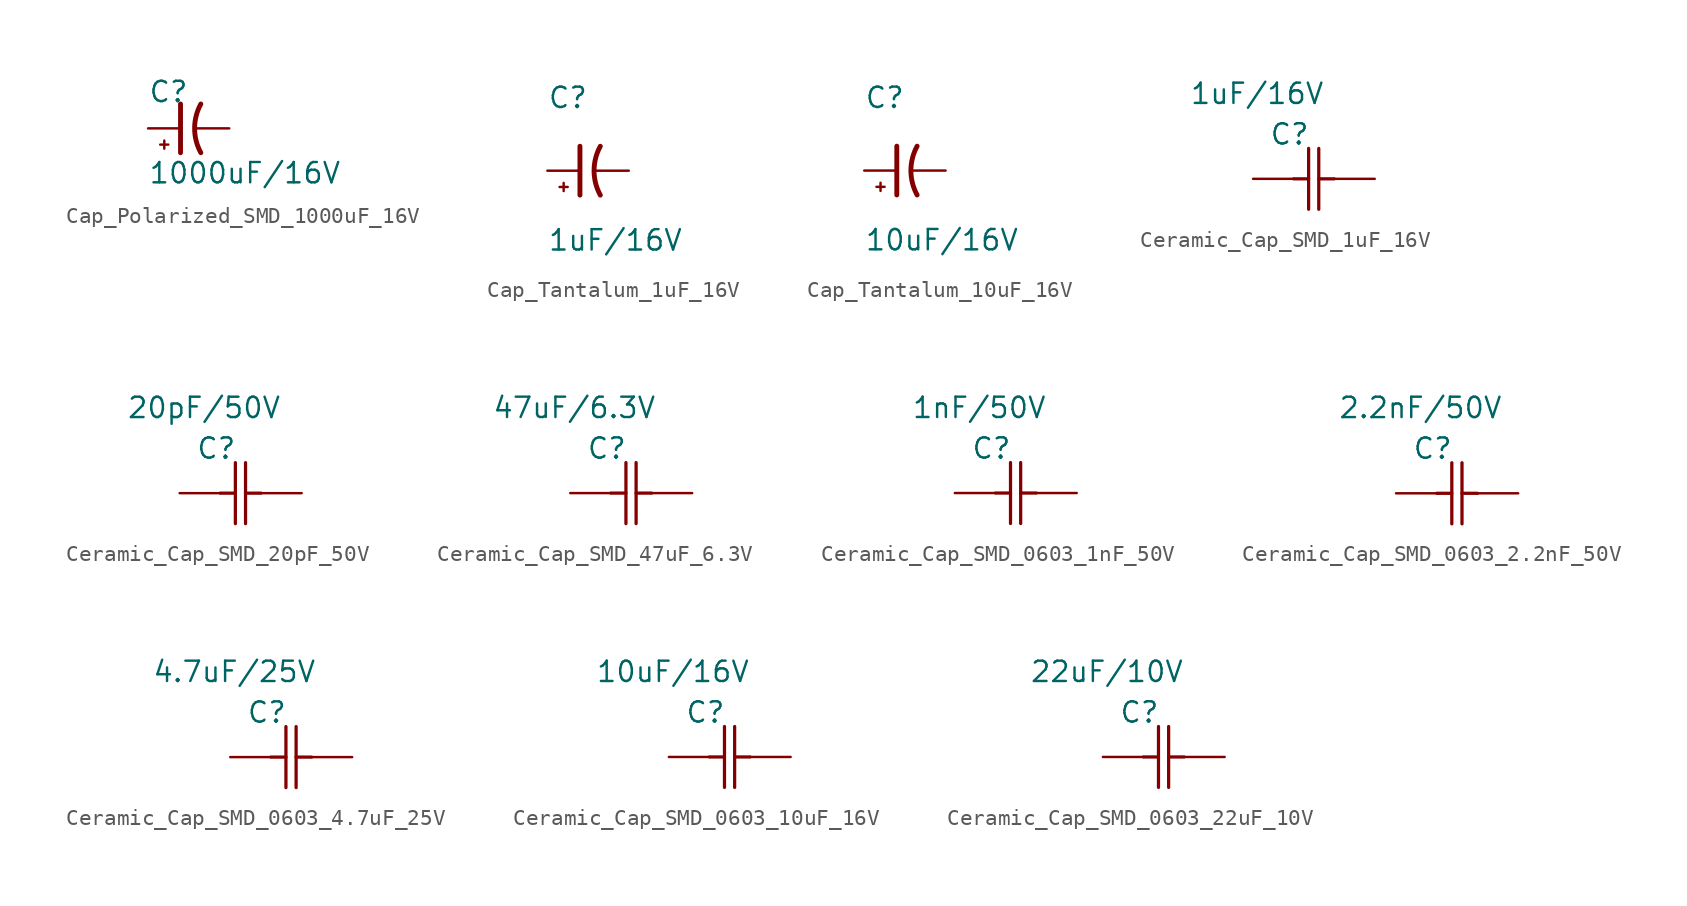
<source format=kicad_sym>
(kicad_symbol_lib
  (version 20231120)
  (generator "kicad_symbol_editor")
  (generator_version "8.0")
  (symbol "Cap_Polarized_SMD_1000uF_16V"
    (pin_numbers hide)
    (pin_names
      (offset 0.254))
    (property "Reference" "C"
      (at 0 2.286 0)
      (effects (font (size 1.27 1.27)) (justify left)))
    (property "Value" "1000uF/16V"
      (at 0 -2.794 0)
      (effects (font (size 1.27 1.27)) (justify left)))
    (symbol "Cap_Polarized_SMD_1000uF_16V_0_1"
      (polyline (pts (xy 1.016 -1.27) (xy 1.016 -0.762)) (stroke (width 0) (type default)) (fill (type none)))
      (polyline (pts (xy 1.27 -1.016) (xy 0.762 -1.016)) (stroke (width 0) (type default)) (fill (type none)))
      (polyline (pts (xy 2.032 -1.524) (xy 2.032 1.524)) (stroke (width 0.305) (type default)) (fill (type none)))
      (arc (start 3.302 1.524) (mid 2.9134 0) (end 3.302 -1.524) (stroke (width 0.3048) (type default)) (fill (type none))))
    (symbol "Cap_Polarized_SMD_1000uF_16V_1_1"
      (pin passive line (at 0 0 0) (length 2.032) (name "~" (effects (font (size 1.27 1.27)))) (number "1" (effects (font (size 1.27 1.27)))))
      (pin passive line (at 5.08 0 180) (length 2.032) (name "~" (effects (font (size 1.27 1.27)))) (number "2" (effects (font (size 1.27 1.27)))))))
  (symbol "Cap_Tantalum_1uF_16V"
    (pin_numbers hide)
    (pin_names
      (offset 1.016) hide)
    (property "Reference" "C"
      (at 0 3.81 0)
      (effects (font (size 1.27 1.27)) (justify left bottom)))
    (property "Value" "1uF/16V"
      (at 0 -5.08 0)
      (effects (font (size 1.27 1.27)) (justify left bottom)))
    (symbol "Cap_Tantalum_1uF_16V_0_1"
      (polyline (pts (xy 1.016 -1.27) (xy 1.016 -0.762)) (stroke (width 0) (type default)) (fill (type none)))
      (polyline (pts (xy 1.27 -1.016) (xy 0.762 -1.016)) (stroke (width 0) (type default)) (fill (type none)))
      (polyline (pts (xy 2.032 -1.524) (xy 2.032 1.524)) (stroke (width 0.305) (type default)) (fill (type none)))
      (arc (start 3.302 1.524) (mid 2.9134 0) (end 3.302 -1.524) (stroke (width 0.3048) (type default)) (fill (type none))))
    (symbol "Cap_Tantalum_1uF_16V_1_1"
      (pin passive line (at 0 0 0) (length 2.032) (name "~" (effects (font (size 1.27 1.27)))) (number "1" (effects (font (size 1.27 1.27)))))
      (pin passive line (at 5.08 0 180) (length 2.032) (name "~" (effects (font (size 1.27 1.27)))) (number "2" (effects (font (size 1.27 1.27)))))))
  (symbol "Cap_Tantalum_10uF_16V"
    (pin_numbers hide)
    (pin_names
      (offset 1.016) hide)
    (property "Reference" "C"
      (at 0 3.81 0)
      (effects (font (size 1.27 1.27)) (justify left bottom)))
    (property "Value" "10uF/16V"
      (at 0 -5.08 0)
      (effects (font (size 1.27 1.27)) (justify left bottom)))
    (symbol "Cap_Tantalum_10uF_16V_0_1"
      (polyline (pts (xy 1.016 -1.27) (xy 1.016 -0.762)) (stroke (width 0) (type default)) (fill (type none)))
      (polyline (pts (xy 1.27 -1.016) (xy 0.762 -1.016)) (stroke (width 0) (type default)) (fill (type none)))
      (polyline (pts (xy 2.032 -1.524) (xy 2.032 1.524)) (stroke (width 0.305) (type default)) (fill (type none)))
      (arc (start 3.302 1.524) (mid 2.9134 0) (end 3.302 -1.524) (stroke (width 0.3048) (type default)) (fill (type none))))
    (symbol "Cap_Tantalum_10uF_16V_1_1"
      (pin passive line (at 0 0 0) (length 2.032) (name "~" (effects (font (size 1.27 1.27)))) (number "1" (effects (font (size 1.27 1.27)))))
      (pin passive line (at 5.08 0 180) (length 2.032) (name "~" (effects (font (size 1.27 1.27)))) (number "2" (effects (font (size 1.27 1.27)))))))
  (symbol "Ceramic_Cap_SMD_1uF_16V"
    (pin_numbers hide)
    (pin_names hide)
    (property "Reference" "C"
      (at 2.286 2.794 0)
      (effects (font (size 1.27 1.27))))
    (property "Value" "1uF/16V"
      (at 0.254 5.334 0)
      (effects (font (size 1.27 1.27))))
    (symbol "Ceramic_Cap_SMD_1uF_16V_1_1"
      (polyline (pts (xy 2.54 0) (xy 3.48 0)) (stroke (width 0.203) (type default)) (fill (type none)))
      (polyline (pts (xy 3.48 -1.905) (xy 3.48 1.905)) (stroke (width 0.203) (type default)) (fill (type none)))
      (polyline (pts (xy 4.115 -1.905) (xy 4.115 1.905)) (stroke (width 0.203) (type default)) (fill (type none)))
      (polyline (pts (xy 4.115 0) (xy 5.08 0)) (stroke (width 0.203) (type default)) (fill (type none)))
      (pin unspecified line (at 0 0 0) (length 2.54) (name "" (effects (font (size 1.27 1.27)))) (number "1" (effects (font (size 1.27 1.27)))))
      (pin unspecified line (at 7.62 0 180) (length 2.54) (name "" (effects (font (size 1.27 1.27)))) (number "2" (effects (font (size 1.27 1.27)))))))
  (symbol "Ceramic_Cap_SMD_20pF_50V"
    (pin_numbers hide)
    (pin_names hide)
    (property "Reference" "C"
      (at 1.016 2.794 0)
      (effects (font (size 1.27 1.27))))
    (property "Value" "20pF/50V"
      (at 0.254 5.334 0)
      (effects (font (size 1.27 1.27))))
    (symbol "Ceramic_Cap_SMD_20pF_50V_1_1"
      (polyline (pts (xy 1.27 0) (xy 2.21 0)) (stroke (width 0.203) (type default)) (fill (type none)))
      (polyline (pts (xy 2.21 -1.905) (xy 2.21 1.905)) (stroke (width 0.203) (type default)) (fill (type none)))
      (polyline (pts (xy 2.845 -1.905) (xy 2.845 1.905)) (stroke (width 0.203) (type default)) (fill (type none)))
      (polyline (pts (xy 2.845 0) (xy 3.81 0)) (stroke (width 0.203) (type default)) (fill (type none)))
      (pin unspecified line (at -1.27 0 0) (length 2.54) (name "" (effects (font (size 1.27 1.27)))) (number "1" (effects (font (size 1.27 1.27)))))
      (pin unspecified line (at 6.35 0 180) (length 2.54) (name "" (effects (font (size 1.27 1.27)))) (number "2" (effects (font (size 1.27 1.27)))))))
  (symbol "Ceramic_Cap_SMD_47uF_6.3V"
    (pin_numbers hide)
    (pin_names hide)
    (property "Reference" "C"
      (at 2.286 2.794 0)
      (effects (font (size 1.27 1.27))))
    (property "Value" "47uF/6.3V"
      (at 0.254 5.334 0)
      (effects (font (size 1.27 1.27))))
    (symbol "Ceramic_Cap_SMD_47uF_6.3V_1_1"
      (polyline (pts (xy 2.54 0) (xy 3.48 0)) (stroke (width 0.203) (type default)) (fill (type none)))
      (polyline (pts (xy 3.48 -1.905) (xy 3.48 1.905)) (stroke (width 0.203) (type default)) (fill (type none)))
      (polyline (pts (xy 4.115 -1.905) (xy 4.115 1.905)) (stroke (width 0.203) (type default)) (fill (type none)))
      (polyline (pts (xy 4.115 0) (xy 5.08 0)) (stroke (width 0.203) (type default)) (fill (type none)))
      (pin unspecified line (at 0 0 0) (length 2.54) (name "" (effects (font (size 1.27 1.27)))) (number "1" (effects (font (size 1.27 1.27)))))
      (pin unspecified line (at 7.62 0 180) (length 2.54) (name "" (effects (font (size 1.27 1.27)))) (number "2" (effects (font (size 1.27 1.27)))))))
  (symbol "Ceramic_Cap_SMD_0603_1nF_50V"
    (pin_numbers hide)
    (pin_names hide)
    (property "Reference" "C"
      (at 1.016 2.794 0)
      (effects (font (size 1.27 1.27))))
    (property "Value" "1nF/50V"
      (at 0.254 5.334 0)
      (effects (font (size 1.27 1.27))))
    (symbol "Ceramic_Cap_SMD_0603_1nF_50V_1_1"
      (polyline (pts (xy 1.27 0) (xy 2.21 0)) (stroke (width 0.203) (type default)) (fill (type none)))
      (polyline (pts (xy 2.21 -1.905) (xy 2.21 1.905)) (stroke (width 0.203) (type default)) (fill (type none)))
      (polyline (pts (xy 2.845 -1.905) (xy 2.845 1.905)) (stroke (width 0.203) (type default)) (fill (type none)))
      (polyline (pts (xy 2.845 0) (xy 3.81 0)) (stroke (width 0.203) (type default)) (fill (type none)))
      (pin unspecified line (at -1.27 0 0) (length 2.54) (name "" (effects (font (size 1.27 1.27)))) (number "1" (effects (font (size 1.27 1.27)))))
      (pin unspecified line (at 6.35 0 180) (length 2.54) (name "" (effects (font (size 1.27 1.27)))) (number "2" (effects (font (size 1.27 1.27)))))))
  (symbol "Ceramic_Cap_SMD_0603_2.2nF_50V"
    (pin_numbers hide)
    (pin_names hide)
    (property "Reference" "C"
      (at 1.016 2.794 0)
      (effects (font (size 1.27 1.27))))
    (property "Value" "2.2nF/50V"
      (at 0.254 5.334 0)
      (effects (font (size 1.27 1.27))))
    (symbol "Ceramic_Cap_SMD_0603_2.2nF_50V_1_1"
      (polyline (pts (xy 1.27 0) (xy 2.21 0)) (stroke (width 0.203) (type default)) (fill (type none)))
      (polyline (pts (xy 2.21 -1.905) (xy 2.21 1.905)) (stroke (width 0.203) (type default)) (fill (type none)))
      (polyline (pts (xy 2.845 -1.905) (xy 2.845 1.905)) (stroke (width 0.203) (type default)) (fill (type none)))
      (polyline (pts (xy 2.845 0) (xy 3.81 0)) (stroke (width 0.203) (type default)) (fill (type none)))
      (pin unspecified line (at -1.27 0 0) (length 2.54) (name "" (effects (font (size 1.27 1.27)))) (number "1" (effects (font (size 1.27 1.27)))))
      (pin unspecified line (at 6.35 0 180) (length 2.54) (name "" (effects (font (size 1.27 1.27)))) (number "2" (effects (font (size 1.27 1.27)))))))
  (symbol "Ceramic_Cap_SMD_0603_4.7uF_25V"
    (pin_numbers hide)
    (pin_names hide)
    (property "Reference" "C"
      (at 2.286 2.794 0)
      (effects (font (size 1.27 1.27))))
    (property "Value" "4.7uF/25V"
      (at 0.254 5.334 0)
      (effects (font (size 1.27 1.27))))
    (symbol "Ceramic_Cap_SMD_0603_4.7uF_25V_1_1"
      (polyline (pts (xy 2.54 0) (xy 3.48 0)) (stroke (width 0.203) (type default)) (fill (type none)))
      (polyline (pts (xy 3.48 -1.905) (xy 3.48 1.905)) (stroke (width 0.203) (type default)) (fill (type none)))
      (polyline (pts (xy 4.115 -1.905) (xy 4.115 1.905)) (stroke (width 0.203) (type default)) (fill (type none)))
      (polyline (pts (xy 4.115 0) (xy 5.08 0)) (stroke (width 0.203) (type default)) (fill (type none)))
      (pin unspecified line (at 0 0 0) (length 2.54) (name "" (effects (font (size 1.27 1.27)))) (number "1" (effects (font (size 1.27 1.27)))))
      (pin unspecified line (at 7.62 0 180) (length 2.54) (name "" (effects (font (size 1.27 1.27)))) (number "2" (effects (font (size 1.27 1.27)))))))
  (symbol "Ceramic_Cap_SMD_0603_10uF_16V"
    (pin_numbers hide)
    (pin_names hide)
    (property "Reference" "C"
      (at 2.286 2.794 0)
      (effects (font (size 1.27 1.27))))
    (property "Value" "10uF/16V"
      (at 0.254 5.334 0)
      (effects (font (size 1.27 1.27))))
    (symbol "Ceramic_Cap_SMD_0603_10uF_16V_1_1"
      (polyline (pts (xy 2.54 0) (xy 3.48 0)) (stroke (width 0.203) (type default)) (fill (type none)))
      (polyline (pts (xy 3.48 -1.905) (xy 3.48 1.905)) (stroke (width 0.203) (type default)) (fill (type none)))
      (polyline (pts (xy 4.115 -1.905) (xy 4.115 1.905)) (stroke (width 0.203) (type default)) (fill (type none)))
      (polyline (pts (xy 4.115 0) (xy 5.08 0)) (stroke (width 0.203) (type default)) (fill (type none)))
      (pin unspecified line (at 0 0 0) (length 2.54) (name "" (effects (font (size 1.27 1.27)))) (number "1" (effects (font (size 1.27 1.27)))))
      (pin unspecified line (at 7.62 0 180) (length 2.54) (name "" (effects (font (size 1.27 1.27)))) (number "2" (effects (font (size 1.27 1.27)))))))
  (symbol "Ceramic_Cap_SMD_0603_22uF_10V"
    (pin_numbers hide)
    (pin_names hide)
    (property "Reference" "C"
      (at 2.286 2.794 0)
      (effects (font (size 1.27 1.27))))
    (property "Value" "22uF/10V"
      (at 0.254 5.334 0)
      (effects (font (size 1.27 1.27))))
    (symbol "Ceramic_Cap_SMD_0603_22uF_10V_1_1"
      (polyline (pts (xy 2.54 0) (xy 3.48 0)) (stroke (width 0.203) (type default)) (fill (type none)))
      (polyline (pts (xy 3.48 -1.905) (xy 3.48 1.905)) (stroke (width 0.203) (type default)) (fill (type none)))
      (polyline (pts (xy 4.115 -1.905) (xy 4.115 1.905)) (stroke (width 0.203) (type default)) (fill (type none)))
      (polyline (pts (xy 4.115 0) (xy 5.08 0)) (stroke (width 0.203) (type default)) (fill (type none)))
      (pin unspecified line (at 0 0 0) (length 2.54) (name "" (effects (font (size 1.27 1.27)))) (number "1" (effects (font (size 1.27 1.27)))))
      (pin unspecified line (at 7.62 0 180) (length 2.54) (name "" (effects (font (size 1.27 1.27)))) (number "2" (effects (font (size 1.27 1.27))))))))
</source>
